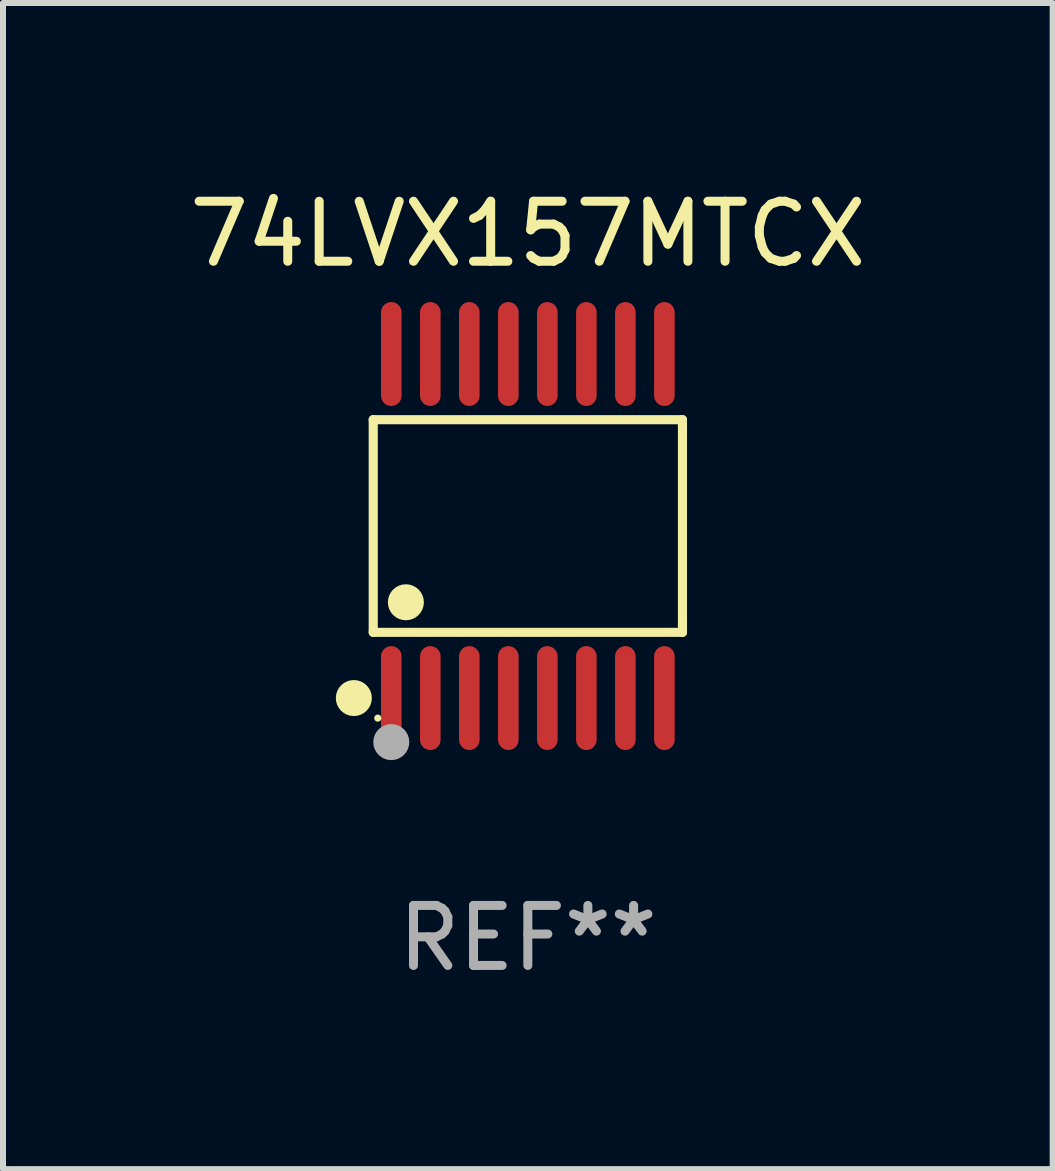
<source format=kicad_pcb>
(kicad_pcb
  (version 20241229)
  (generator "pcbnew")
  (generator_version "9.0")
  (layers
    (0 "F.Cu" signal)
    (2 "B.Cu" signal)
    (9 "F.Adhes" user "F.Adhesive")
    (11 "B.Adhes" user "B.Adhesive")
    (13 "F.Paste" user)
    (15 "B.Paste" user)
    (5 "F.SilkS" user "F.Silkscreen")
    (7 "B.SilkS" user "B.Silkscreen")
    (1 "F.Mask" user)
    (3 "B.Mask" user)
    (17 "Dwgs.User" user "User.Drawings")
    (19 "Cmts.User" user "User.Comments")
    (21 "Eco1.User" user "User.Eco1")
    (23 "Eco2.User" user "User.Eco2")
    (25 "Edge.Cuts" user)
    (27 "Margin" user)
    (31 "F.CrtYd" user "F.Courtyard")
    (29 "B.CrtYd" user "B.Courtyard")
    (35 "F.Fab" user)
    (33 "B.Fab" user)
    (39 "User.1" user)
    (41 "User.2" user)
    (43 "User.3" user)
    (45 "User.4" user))
  (footprint "74LVX157MTCX"
    (layer "F.Cu")
    (at 5.744 5.714)
    (property "Reference" "74LVX157MTCX" (at 0 -4.866 0) (layer "F.SilkS") (effects (font (size 1 1) (thickness 0.15))))
    (attr through_hole)
    (fp_line (start -2.576 -1.772) (end 2.576 -1.772) (stroke (width 0.152) (type solid)) (layer "F.SilkS"))
    (fp_line (start -2.576 1.771) (end -2.576 -1.772) (stroke (width 0.152) (type solid)) (layer "F.SilkS"))
    (fp_line (start 2.576 -1.772) (end 2.576 1.771) (stroke (width 0.152) (type solid)) (layer "F.SilkS"))
    (fp_line (start 2.576 1.771) (end -2.576 1.771) (stroke (width 0.152) (type solid)) (layer "F.SilkS"))
    (fp_circle (center -2.899 2.866) (end -2.749 2.866) (stroke (width 0.3) (type solid)) (fill no) (layer "F.SilkS"))
    (fp_circle (center -2.5 3.2) (end -2.47 3.2) (stroke (width 0.06) (type solid)) (fill no) (layer "F.SilkS"))
    (fp_circle (center -2.032 1.27) (end -1.882 1.27) (stroke (width 0.3) (type solid)) (fill no) (layer "F.SilkS"))
    (fp_circle (center -2.275 3.6) (end -2.125 3.6) (stroke (width 0.3) (type solid)) (fill no) (layer "F.Fab"))
    (fp_text user "REF**" (at 0 6.866 0) (layer "F.Fab") (effects (font (size 1 1) (thickness 0.15))))
    (pad "1" smd oval (at -2.275 2.866) (size 0.343 1.731) (layers "F.Cu" "F.Mask" "F.Paste"))
    (pad "2" smd oval (at -1.625 2.866) (size 0.343 1.731) (layers "F.Cu" "F.Mask" "F.Paste"))
    (pad "3" smd oval (at -0.975 2.866) (size 0.343 1.731) (layers "F.Cu" "F.Mask" "F.Paste"))
    (pad "4" smd oval (at -0.325 2.866) (size 0.343 1.731) (layers "F.Cu" "F.Mask" "F.Paste"))
    (pad "5" smd oval (at 0.325 2.866) (size 0.343 1.731) (layers "F.Cu" "F.Mask" "F.Paste"))
    (pad "6" smd oval (at 0.975 2.866) (size 0.343 1.731) (layers "F.Cu" "F.Mask" "F.Paste"))
    (pad "7" smd oval (at 1.625 2.866) (size 0.343 1.731) (layers "F.Cu" "F.Mask" "F.Paste"))
    (pad "8" smd oval (at 2.275 2.866) (size 0.343 1.731) (layers "F.Cu" "F.Mask" "F.Paste"))
    (pad "9" smd oval (at 2.275 -2.866) (size 0.343 1.731) (layers "F.Cu" "F.Mask" "F.Paste"))
    (pad "10" smd oval (at 1.625 -2.866) (size 0.343 1.731) (layers "F.Cu" "F.Mask" "F.Paste"))
    (pad "11" smd oval (at 0.975 -2.866) (size 0.343 1.731) (layers "F.Cu" "F.Mask" "F.Paste"))
    (pad "12" smd oval (at 0.325 -2.866) (size 0.343 1.731) (layers "F.Cu" "F.Mask" "F.Paste"))
    (pad "13" smd oval (at -0.325 -2.866) (size 0.343 1.731) (layers "F.Cu" "F.Mask" "F.Paste"))
    (pad "14" smd oval (at -0.975 -2.866) (size 0.343 1.731) (layers "F.Cu" "F.Mask" "F.Paste"))
    (pad "15" smd oval (at -1.625 -2.866) (size 0.343 1.731) (layers "F.Cu" "F.Mask" "F.Paste"))
    (pad "16" smd oval (at -2.275 -2.866) (size 0.343 1.731) (layers "F.Cu" "F.Mask" "F.Paste")))
  (gr_rect
    (start -3 -3)
    (end 14.488 16.428)
    (stroke (width 0.1) (type default))
    (fill no)
    (layer "Edge.Cuts")))
</source>
